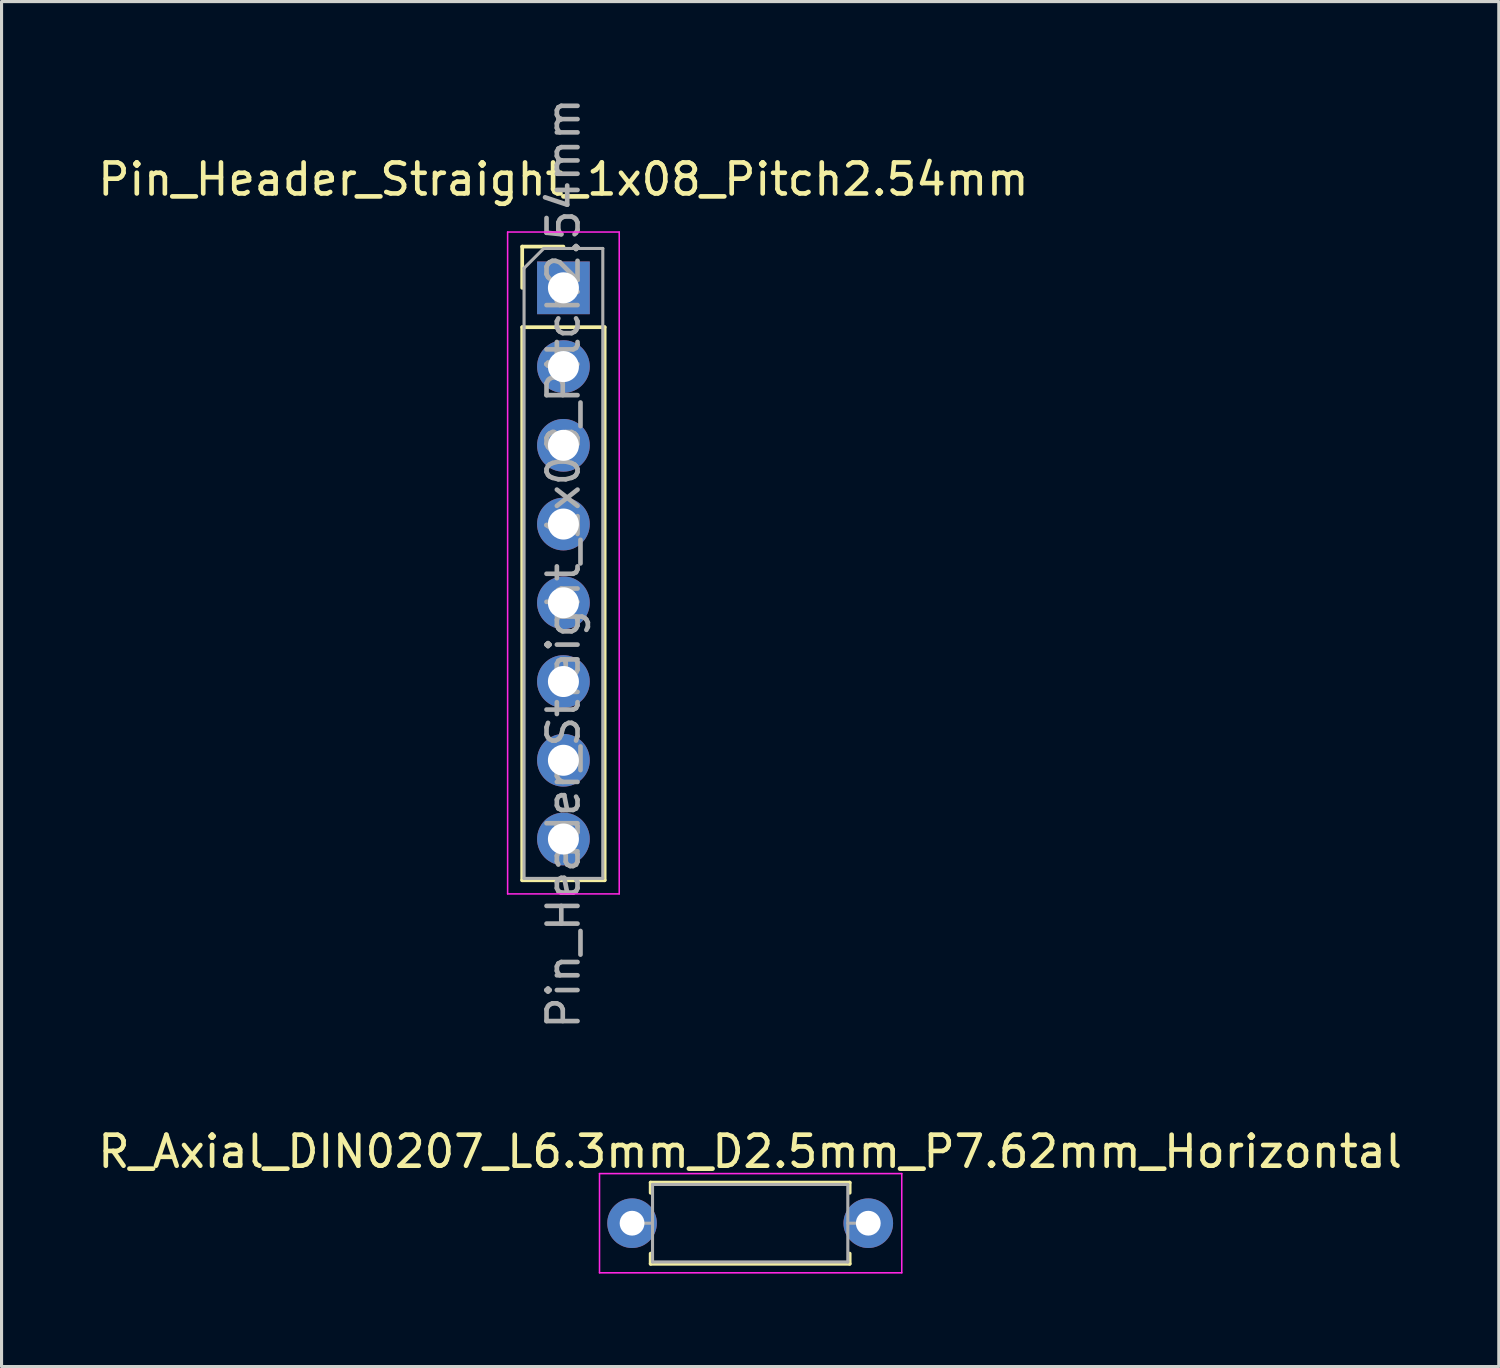
<source format=kicad_pcb>
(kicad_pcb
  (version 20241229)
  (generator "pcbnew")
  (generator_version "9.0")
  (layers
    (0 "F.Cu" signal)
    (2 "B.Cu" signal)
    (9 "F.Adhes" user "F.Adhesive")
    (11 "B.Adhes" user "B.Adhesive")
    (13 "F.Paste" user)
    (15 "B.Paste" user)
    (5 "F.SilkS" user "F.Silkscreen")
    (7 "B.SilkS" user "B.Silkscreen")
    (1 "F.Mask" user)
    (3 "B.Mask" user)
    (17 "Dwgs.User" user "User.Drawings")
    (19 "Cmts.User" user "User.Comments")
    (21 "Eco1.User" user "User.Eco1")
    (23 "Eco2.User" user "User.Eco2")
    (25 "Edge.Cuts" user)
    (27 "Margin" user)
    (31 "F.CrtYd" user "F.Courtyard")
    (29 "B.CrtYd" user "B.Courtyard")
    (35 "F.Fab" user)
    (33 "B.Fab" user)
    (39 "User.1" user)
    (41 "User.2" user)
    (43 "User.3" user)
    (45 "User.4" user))
  (footprint "R_Axial_DIN0207_L6.3mm_D2.5mm_P7.62mm_Horizontal"
    (layer "F.Cu")
    (at 17.339 36.408)
    (property "Reference" "R_Axial_DIN0207_L6.3mm_D2.5mm_P7.62mm_Horizontal" (at 3.81 -2.31 0) (layer "F.SilkS") (effects (font (size 1 1) (thickness 0.15))))
    (attr through_hole)
    (fp_line (start 0.6 -1.31) (end 7.02 -1.31) (stroke (width 0.12) (type solid)) (layer "F.SilkS"))
    (fp_line (start 0.6 -0.98) (end 0.6 -1.31) (stroke (width 0.12) (type solid)) (layer "F.SilkS"))
    (fp_line (start 0.6 0.98) (end 0.6 1.31) (stroke (width 0.12) (type solid)) (layer "F.SilkS"))
    (fp_line (start 0.6 1.31) (end 7.02 1.31) (stroke (width 0.12) (type solid)) (layer "F.SilkS"))
    (fp_line (start 7.02 -1.31) (end 7.02 -0.98) (stroke (width 0.12) (type solid)) (layer "F.SilkS"))
    (fp_line (start 7.02 1.31) (end 7.02 0.98) (stroke (width 0.12) (type solid)) (layer "F.SilkS"))
    (fp_line (start -1.05 -1.6) (end -1.05 1.6) (stroke (width 0.05) (type solid)) (layer "F.CrtYd"))
    (fp_line (start -1.05 1.6) (end 8.7 1.6) (stroke (width 0.05) (type solid)) (layer "F.CrtYd"))
    (fp_line (start 8.7 -1.6) (end -1.05 -1.6) (stroke (width 0.05) (type solid)) (layer "F.CrtYd"))
    (fp_line (start 8.7 1.6) (end 8.7 -1.6) (stroke (width 0.05) (type solid)) (layer "F.CrtYd"))
    (fp_line (start 0 0) (end 0.66 0) (stroke (width 0.1) (type solid)) (layer "F.Fab"))
    (fp_line (start 0.66 -1.25) (end 0.66 1.25) (stroke (width 0.1) (type solid)) (layer "F.Fab"))
    (fp_line (start 0.66 1.25) (end 6.96 1.25) (stroke (width 0.1) (type solid)) (layer "F.Fab"))
    (fp_line (start 6.96 -1.25) (end 0.66 -1.25) (stroke (width 0.1) (type solid)) (layer "F.Fab"))
    (fp_line (start 6.96 1.25) (end 6.96 -1.25) (stroke (width 0.1) (type solid)) (layer "F.Fab"))
    (fp_line (start 7.62 0) (end 6.96 0) (stroke (width 0.1) (type solid)) (layer "F.Fab"))
    (pad "1" thru_hole circle (at 0 0) (size 1.6 1.6) (drill 0.8) (layers "*.Cu" "*.Mask"))
    (pad "2" thru_hole oval (at 7.62 0) (size 1.6 1.6) (drill 0.8) (layers "*.Cu" "*.Mask")))
  (footprint "Pin_Header_Straight_1x08_Pitch2.54mm"
    (layer "F.Cu")
    (at 15.125 6.235)
    (property "Reference" "Pin_Header_Straight_1x08_Pitch2.54mm" (at 0 -3.5 0) (layer "F.SilkS") (effects (font (size 1 1) (thickness 0.15))))
    (attr through_hole)
    (fp_line (start -1.33 -1.33) (end 0 -1.33) (stroke (width 0.12) (type solid)) (layer "F.SilkS"))
    (fp_line (start -1.33 0) (end -1.33 -1.33) (stroke (width 0.12) (type solid)) (layer "F.SilkS"))
    (fp_line (start -1.33 1.27) (end -1.33 19.11) (stroke (width 0.12) (type solid)) (layer "F.SilkS"))
    (fp_line (start -1.33 1.27) (end 1.33 1.27) (stroke (width 0.12) (type solid)) (layer "F.SilkS"))
    (fp_line (start -1.33 19.11) (end 1.33 19.11) (stroke (width 0.12) (type solid)) (layer "F.SilkS"))
    (fp_line (start 1.33 1.27) (end 1.33 19.11) (stroke (width 0.12) (type solid)) (layer "F.SilkS"))
    (fp_line (start -1.8 -1.8) (end -1.8 19.55) (stroke (width 0.05) (type solid)) (layer "F.CrtYd"))
    (fp_line (start -1.8 19.55) (end 1.8 19.55) (stroke (width 0.05) (type solid)) (layer "F.CrtYd"))
    (fp_line (start 1.8 -1.8) (end -1.8 -1.8) (stroke (width 0.05) (type solid)) (layer "F.CrtYd"))
    (fp_line (start 1.8 19.55) (end 1.8 -1.8) (stroke (width 0.05) (type solid)) (layer "F.CrtYd"))
    (fp_line (start -1.27 -0.635) (end -0.635 -1.27) (stroke (width 0.1) (type solid)) (layer "F.Fab"))
    (fp_line (start -1.27 19.05) (end -1.27 -0.635) (stroke (width 0.1) (type solid)) (layer "F.Fab"))
    (fp_line (start -0.635 -1.27) (end 1.27 -1.27) (stroke (width 0.1) (type solid)) (layer "F.Fab"))
    (fp_line (start 1.27 -1.27) (end 1.27 19.05) (stroke (width 0.1) (type solid)) (layer "F.Fab"))
    (fp_line (start 1.27 19.05) (end -1.27 19.05) (stroke (width 0.1) (type solid)) (layer "F.Fab"))
    (fp_text user "${REFERENCE}" (at 0 8.89 90) (layer "F.Fab") (effects (font (size 1 1) (thickness 0.15))))
    (pad "1" thru_hole rect (at 0 0) (size 1.7 1.7) (drill 1) (layers "*.Cu" "*.Mask"))
    (pad "2" thru_hole oval (at 0 2.54) (size 1.7 1.7) (drill 1) (layers "*.Cu" "*.Mask"))
    (pad "3" thru_hole oval (at 0 5.08) (size 1.7 1.7) (drill 1) (layers "*.Cu" "*.Mask"))
    (pad "4" thru_hole oval (at 0 7.62) (size 1.7 1.7) (drill 1) (layers "*.Cu" "*.Mask"))
    (pad "5" thru_hole oval (at 0 10.16) (size 1.7 1.7) (drill 1) (layers "*.Cu" "*.Mask"))
    (pad "6" thru_hole oval (at 0 12.7) (size 1.7 1.7) (drill 1) (layers "*.Cu" "*.Mask"))
    (pad "7" thru_hole oval (at 0 15.24) (size 1.7 1.7) (drill 1) (layers "*.Cu" "*.Mask"))
    (pad "8" thru_hole oval (at 0 17.78) (size 1.7 1.7) (drill 1) (layers "*.Cu" "*.Mask")))
  (gr_rect
    (start -3 -3)
    (end 45.298 41.033)
    (stroke (width 0.1) (type default))
    (fill no)
    (layer "Edge.Cuts")))
</source>
